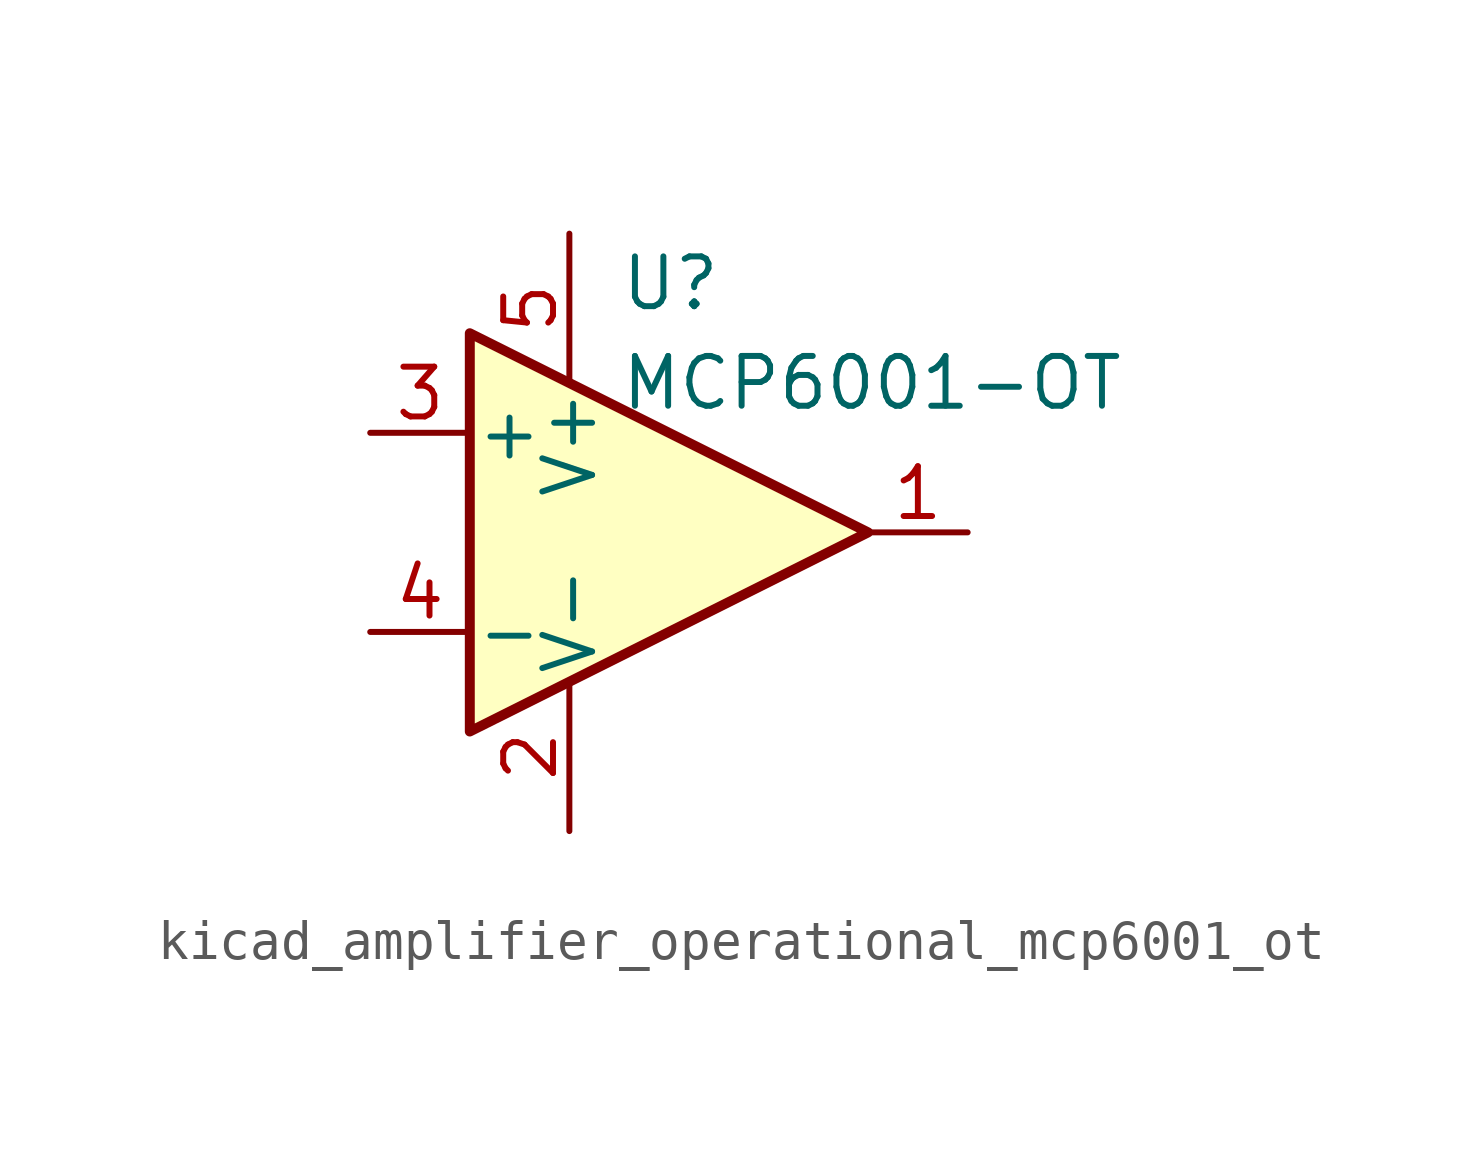
<source format=kicad_sym>
(kicad_symbol_lib
  (version 20220914)
  (generator kicad_symbol_editor)
  (symbol "kicad_amplifier_operational_mcp6001_ot"
    (pin_names
      (offset 0.127))
    (property "Reference" "U"
      (at -1.27 6.35 0)
      (effects (font (size 1.27 1.27)) (justify left)))
    (property "Value" "MCP6001-OT"
      (at -1.27 3.81 0)
      (effects (font (size 1.27 1.27)) (justify left)))
    (symbol "kicad_amplifier_operational_mcp6001_ot_0_1"
      (polyline (pts (xy -5.08 5.08) (xy 5.08 0) (xy -5.08 -5.08) (xy -5.08 5.08)) (stroke (width 0.254) (type default)) (fill (type background)))
      (pin power_in line (at -2.54 -7.62 90) (length 3.81) (name "V-" (effects (font (size 1.27 1.27)))) (number "2" (effects (font (size 1.27 1.27)))))
      (pin power_in line (at -2.54 7.62 270) (length 3.81) (name "V+" (effects (font (size 1.27 1.27)))) (number "5" (effects (font (size 1.27 1.27))))))
    (symbol "kicad_amplifier_operational_mcp6001_ot_1_1"
      (pin output line (at 7.62 0 180) (length 2.54) (name "~" (effects (font (size 1.27 1.27)))) (number "1" (effects (font (size 1.27 1.27)))))
      (pin input line (at -7.62 2.54 0) (length 2.54) (name "+" (effects (font (size 1.27 1.27)))) (number "3" (effects (font (size 1.27 1.27)))))
      (pin input line (at -7.62 -2.54 0) (length 2.54) (name "-" (effects (font (size 1.27 1.27)))) (number "4" (effects (font (size 1.27 1.27))))))))
</source>
